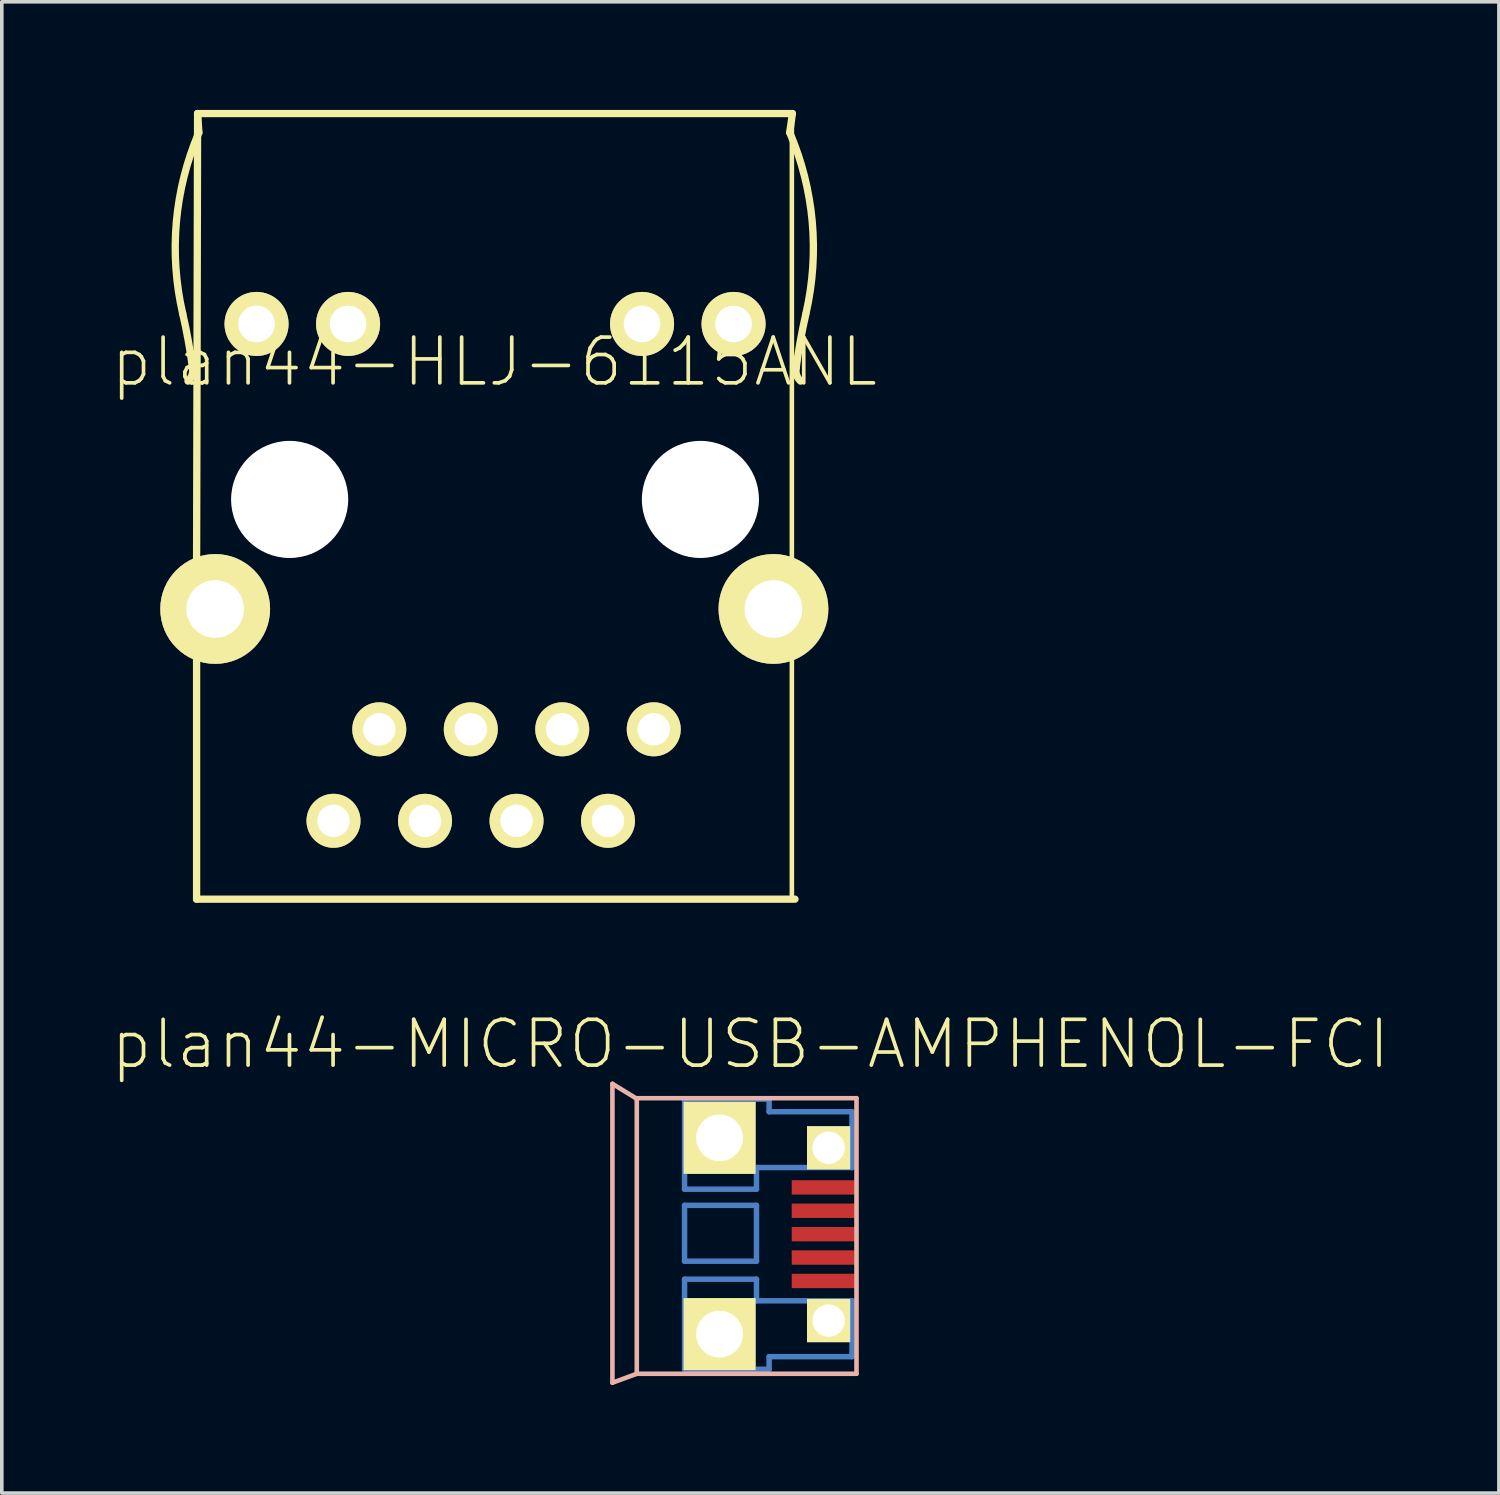
<source format=kicad_pcb>
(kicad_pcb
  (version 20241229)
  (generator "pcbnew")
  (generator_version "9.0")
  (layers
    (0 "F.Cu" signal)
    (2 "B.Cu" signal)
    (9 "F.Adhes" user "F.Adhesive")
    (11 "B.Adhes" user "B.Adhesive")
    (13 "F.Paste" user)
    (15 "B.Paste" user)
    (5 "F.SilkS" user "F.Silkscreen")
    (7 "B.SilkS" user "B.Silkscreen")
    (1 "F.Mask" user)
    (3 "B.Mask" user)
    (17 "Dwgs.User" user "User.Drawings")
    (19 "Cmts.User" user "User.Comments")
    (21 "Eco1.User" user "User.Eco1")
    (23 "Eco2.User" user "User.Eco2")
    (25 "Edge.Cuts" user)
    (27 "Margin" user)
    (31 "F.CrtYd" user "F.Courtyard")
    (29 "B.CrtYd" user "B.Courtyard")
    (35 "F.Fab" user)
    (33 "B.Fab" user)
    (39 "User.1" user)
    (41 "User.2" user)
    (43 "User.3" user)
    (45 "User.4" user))
  (footprint "plan44-MICRO-USB-AMPHENOL-FCI"
    (layer "F.Cu")
    (at 16.797 31.503)
    (property "Reference" "plan44-MICRO-USB-AMPHENOL-FCI" (at 0.978 -5.575 0) (layer "F.SilkS") (effects (font (size 1.27 1.27) (thickness 0.102))))
    (attr smd)
    (fp_line (start -0.848 -4.049) (end -0.848 -1.549) (stroke (width 0.152) (type solid)) (layer "B.Cu"))
    (fp_line (start -0.848 -1.549) (end 1.148 -1.549) (stroke (width 0.152) (type solid)) (layer "B.Cu"))
    (fp_line (start -0.848 -1.1) (end 1.148 -1.1) (stroke (width 0.152) (type solid)) (layer "B.Cu"))
    (fp_line (start -0.848 0.45) (end -0.848 -1.1) (stroke (width 0.152) (type solid)) (layer "B.Cu"))
    (fp_line (start -0.848 0.95) (end 1.148 0.95) (stroke (width 0.152) (type solid)) (layer "B.Cu"))
    (fp_line (start -0.848 3.449) (end -0.848 0.95) (stroke (width 0.152) (type solid)) (layer "B.Cu"))
    (fp_line (start 1.148 -2.149) (end 3.8 -2.149) (stroke (width 0.152) (type solid)) (layer "B.Cu"))
    (fp_line (start 1.148 -1.549) (end 1.148 -2.149) (stroke (width 0.152) (type solid)) (layer "B.Cu"))
    (fp_line (start 1.148 -1.1) (end 1.148 0.45) (stroke (width 0.152) (type solid)) (layer "B.Cu"))
    (fp_line (start 1.148 0.45) (end -0.848 0.45) (stroke (width 0.152) (type solid)) (layer "B.Cu"))
    (fp_line (start 1.148 0.95) (end 1.148 1.549) (stroke (width 0.152) (type solid)) (layer "B.Cu"))
    (fp_line (start 1.148 1.549) (end 3.8 1.549) (stroke (width 0.152) (type solid)) (layer "B.Cu"))
    (fp_line (start 1.499 -4.049) (end -0.848 -4.049) (stroke (width 0.152) (type solid)) (layer "B.Cu"))
    (fp_line (start 1.499 -3.698) (end 1.499 -4.049) (stroke (width 0.152) (type solid)) (layer "B.Cu"))
    (fp_line (start 1.499 3.099) (end 1.499 3.449) (stroke (width 0.152) (type solid)) (layer "B.Cu"))
    (fp_line (start 1.499 3.449) (end -0.848 3.449) (stroke (width 0.152) (type solid)) (layer "B.Cu"))
    (fp_line (start 3.8 -3.698) (end 1.499 -3.698) (stroke (width 0.152) (type solid)) (layer "B.Cu"))
    (fp_line (start 3.8 -2.149) (end 3.8 -3.698) (stroke (width 0.152) (type solid)) (layer "B.Cu"))
    (fp_line (start 3.8 1.549) (end 3.8 3.099) (stroke (width 0.152) (type solid)) (layer "B.Cu"))
    (fp_line (start 3.8 3.099) (end 1.499 3.099) (stroke (width 0.152) (type solid)) (layer "B.Cu"))
    (fp_line (start -2.85 -4.473) (end -2.85 3.823) (stroke (width 0.127) (type solid)) (layer "B.SilkS"))
    (fp_line (start -2.85 3.823) (end -2.174 3.574) (stroke (width 0.127) (type solid)) (layer "B.SilkS"))
    (fp_line (start -2.2 -4.074) (end -2.85 -4.473) (stroke (width 0.127) (type solid)) (layer "B.SilkS"))
    (fp_line (start -2.2 -4.074) (end 3.924 -4.074) (stroke (width 0.127) (type solid)) (layer "B.SilkS"))
    (fp_line (start -2.174 -4.049) (end -2.174 3.574) (stroke (width 0.127) (type solid)) (layer "B.SilkS"))
    (fp_line (start -2.174 3.574) (end 3.924 3.574) (stroke (width 0.127) (type solid)) (layer "B.SilkS"))
    (fp_line (start 3.924 3.574) (end 3.924 -4.074) (stroke (width 0.127) (type solid)) (layer "B.SilkS"))
    (fp_line (start -0.848 -4.049) (end -0.848 -1.549) (stroke (width 0.152) (type solid)) (layer "B.Adhes"))
    (fp_line (start -0.848 -1.549) (end 1.148 -1.549) (stroke (width 0.152) (type solid)) (layer "B.Adhes"))
    (fp_line (start -0.848 0.95) (end 1.148 0.95) (stroke (width 0.152) (type solid)) (layer "B.Adhes"))
    (fp_line (start -0.848 3.449) (end -0.848 0.95) (stroke (width 0.152) (type solid)) (layer "B.Adhes"))
    (fp_line (start 1.148 -2.149) (end 3.8 -2.149) (stroke (width 0.152) (type solid)) (layer "B.Adhes"))
    (fp_line (start 1.148 -1.549) (end 1.148 -2.149) (stroke (width 0.152) (type solid)) (layer "B.Adhes"))
    (fp_line (start 1.148 0.95) (end 1.148 1.549) (stroke (width 0.152) (type solid)) (layer "B.Adhes"))
    (fp_line (start 1.148 1.549) (end 3.8 1.549) (stroke (width 0.152) (type solid)) (layer "B.Adhes"))
    (fp_line (start 1.499 -4.049) (end -0.848 -4.049) (stroke (width 0.152) (type solid)) (layer "B.Adhes"))
    (fp_line (start 1.499 -3.698) (end 1.499 -4.049) (stroke (width 0.152) (type solid)) (layer "B.Adhes"))
    (fp_line (start 1.499 3.099) (end 1.499 3.449) (stroke (width 0.152) (type solid)) (layer "B.Adhes"))
    (fp_line (start 1.499 3.449) (end -0.848 3.449) (stroke (width 0.152) (type solid)) (layer "B.Adhes"))
    (fp_line (start 3.8 -3.698) (end 1.499 -3.698) (stroke (width 0.152) (type solid)) (layer "B.Adhes"))
    (fp_line (start 3.8 -2.149) (end 3.8 -3.698) (stroke (width 0.152) (type solid)) (layer "B.Adhes"))
    (fp_line (start 3.8 1.549) (end 3.8 3.099) (stroke (width 0.152) (type solid)) (layer "B.Adhes"))
    (fp_line (start 3.8 3.099) (end 1.499 3.099) (stroke (width 0.152) (type solid)) (layer "B.Adhes"))
    (pad "1" smd rect (at 3 -1.598) (size 1.748 0.399) (layers "F.Cu" "F.Mask" "F.Paste"))
    (pad "2" smd rect (at 3 -0.95) (size 1.748 0.399) (layers "F.Cu" "F.Mask" "F.Paste"))
    (pad "3" smd rect (at 3 -0.3) (size 1.748 0.399) (layers "F.Cu" "F.Mask" "F.Paste"))
    (pad "4" smd rect (at 3 0.348) (size 1.748 0.399) (layers "F.Cu" "F.Mask" "F.Paste"))
    (pad "5" smd rect (at 3 0.998) (size 1.748 0.399) (layers "F.Cu" "F.Mask" "F.Paste"))
    (pad "M1" thru_hole rect (at 0.124 2.474) (size 1.999 1.999) (drill 1.298) (layers "*.Cu" "*.Mask" "F.SilkS" "F.Paste"))
    (pad "M2" thru_hole rect (at 0.124 -2.974) (size 1.999 1.999) (drill 1.298) (layers "*.Cu" "*.Mask" "F.SilkS" "F.Paste"))
    (pad "M3" thru_hole rect (at 3.15 2.098) (size 1.199 1.199) (drill 0.899) (layers "*.Cu" "*.Mask" "F.SilkS" "F.Paste"))
    (pad "M4" thru_hole rect (at 3.15 -2.697) (size 1.199 1.199) (drill 0.899) (layers "*.Cu" "*.Mask" "F.SilkS" "F.Paste")))
  (footprint "plan44-HLJ-6115ANL"
    (layer "F.Cu")
    (at 11.939 11.311)
    (property "Reference" "plan44-HLJ-6115ANL" (at -1.27 -4.318 180) (layer "F.SilkS") (effects (font (size 1.27 1.27) (thickness 0.102))))
    (attr exclude_from_pos_files exclude_from_bom)
    (fp_line (start -9.533 1.328) (end -9.505 -11.209) (stroke (width 0.203) (type solid)) (layer "F.SilkS"))
    (fp_line (start -9.533 3.889) (end -9.533 1.288) (stroke (width 0.203) (type solid)) (layer "F.SilkS"))
    (fp_line (start -9.533 10.594) (end -9.533 3.889) (stroke (width 0.203) (type solid)) (layer "F.SilkS"))
    (fp_line (start -9.505 -11.209) (end -9.469 -10.683) (stroke (width 0.203) (type solid)) (layer "F.SilkS"))
    (fp_line (start -9.505 -11.209) (end 7.003 -11.209) (stroke (width 0.203) (type solid)) (layer "F.SilkS"))
    (fp_line (start 6.988 -11.199) (end 6.988 10.61) (stroke (width 0.127) (type solid)) (layer "F.SilkS"))
    (fp_line (start 7.003 -11.209) (end 6.929 -10.683) (stroke (width 0.203) (type solid)) (layer "F.SilkS"))
    (fp_line (start 7.074 10.594) (end -9.533 10.594) (stroke (width 0.203) (type solid)) (layer "F.SilkS"))
    (fp_arc (start -9.9187 -5.65912) (mid -9.764999 -4.911697) (end -9.646677 -4.157864) (stroke (width 0.2032) (type solid)) (layer "F.SilkS"))
    (fp_arc (start -9.9187 -5.65912) (mid -10.094017 -8.202772) (end -9.472563 -10.675563) (stroke (width 0.2032) (type solid)) (layer "F.SilkS"))
    (fp_arc (start -9.64438 -4.13258) (mid -9.665577 -3.943027) (end -9.770797 -3.78394) (stroke (width 0.2032) (type solid)) (layer "F.SilkS"))
    (fp_arc (start 6.92912 -10.68324) (mid 7.553247 -8.211925) (end 7.380929 -5.668848) (stroke (width 0.2032) (type solid)) (layer "F.SilkS"))
    (fp_arc (start 7.10438 -4.13258) (mid 7.221513 -4.88655) (end 7.374033 -5.634165) (stroke (width 0.2032) (type solid)) (layer "F.SilkS"))
    (fp_arc (start 7.22884 -3.7846) (mid 7.124136 -3.944506) (end 7.103771 -4.134554) (stroke (width 0.2032) (type solid)) (layer "F.SilkS"))
    (pad "" np_thru_hole circle (at -6.95 -0.5) (size 3.25 3.25) (drill 3.25) (layers "*.Cu" "*.Mask"))
    (pad "" np_thru_hole circle (at 4.45 -0.5) (size 3.25 3.25) (drill 3.25) (layers "*.Cu" "*.Mask"))
    (pad "1" thru_hole circle (at 3.155 5.88) (size 1.499 1.499) (drill 0.899) (layers "*.Cu" "*.Mask" "F.SilkS" "F.Paste"))
    (pad "2" thru_hole circle (at 1.885 8.42) (size 1.499 1.499) (drill 0.899) (layers "*.Cu" "*.Mask" "F.SilkS" "F.Paste"))
    (pad "3" thru_hole circle (at 0.615 5.88) (size 1.499 1.499) (drill 0.899) (layers "*.Cu" "*.Mask" "F.SilkS" "F.Paste"))
    (pad "4" thru_hole circle (at -0.653 8.42) (size 1.499 1.499) (drill 0.899) (layers "*.Cu" "*.Mask" "F.SilkS" "F.Paste"))
    (pad "5" thru_hole circle (at -1.923 5.88) (size 1.499 1.499) (drill 0.899) (layers "*.Cu" "*.Mask" "F.SilkS" "F.Paste"))
    (pad "6" thru_hole circle (at -3.193 8.42) (size 1.499 1.499) (drill 0.899) (layers "*.Cu" "*.Mask" "F.SilkS" "F.Paste"))
    (pad "7" thru_hole circle (at -4.463 5.88) (size 1.499 1.499) (drill 0.899) (layers "*.Cu" "*.Mask" "F.SilkS" "F.Paste"))
    (pad "8" thru_hole circle (at -5.733 8.42) (size 1.499 1.499) (drill 0.899) (layers "*.Cu" "*.Mask" "F.SilkS" "F.Paste"))
    (pad "9" thru_hole circle (at 5.37 -5.37) (size 1.778 1.778) (drill 1.016) (layers "*.Cu" "*.Mask" "F.SilkS" "F.Paste"))
    (pad "10" thru_hole circle (at 2.83 -5.37) (size 1.778 1.778) (drill 1.016) (layers "*.Cu" "*.Mask" "F.SilkS" "F.Paste"))
    (pad "11" thru_hole circle (at -5.329 -5.37) (size 1.778 1.778) (drill 1.016) (layers "*.Cu" "*.Mask" "F.SilkS" "F.Paste"))
    (pad "12" thru_hole circle (at -7.869 -5.37) (size 1.778 1.778) (drill 1.016) (layers "*.Cu" "*.Mask" "F.SilkS" "F.Paste"))
    (pad "S1" thru_hole circle (at 6.477 2.54) (size 3.048 3.048) (drill 1.598) (layers "*.Cu" "*.Mask" "F.SilkS" "F.Paste"))
    (pad "S2" thru_hole circle (at -9.017 2.54) (size 3.048 3.048) (drill 1.598) (layers "*.Cu" "*.Mask" "F.SilkS" "F.Paste")))
  (gr_rect
    (start -3 -3)
    (end 38.55 38.389)
    (stroke (width 0.1) (type default))
    (fill no)
    (layer "Edge.Cuts")))
</source>
